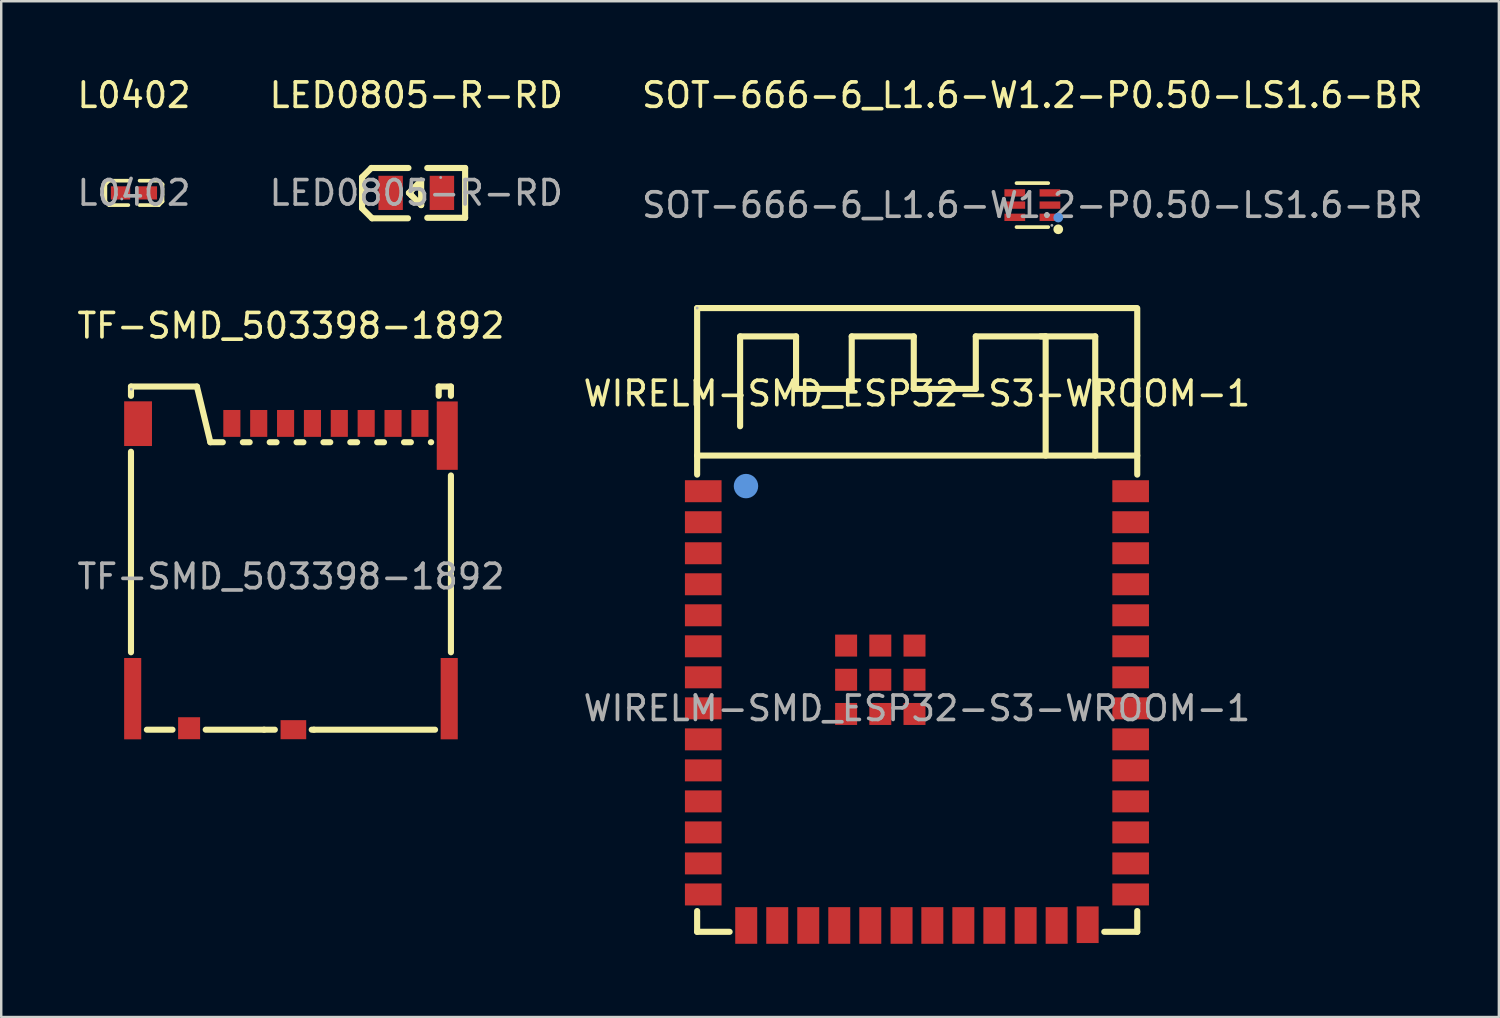
<source format=kicad_pcb>
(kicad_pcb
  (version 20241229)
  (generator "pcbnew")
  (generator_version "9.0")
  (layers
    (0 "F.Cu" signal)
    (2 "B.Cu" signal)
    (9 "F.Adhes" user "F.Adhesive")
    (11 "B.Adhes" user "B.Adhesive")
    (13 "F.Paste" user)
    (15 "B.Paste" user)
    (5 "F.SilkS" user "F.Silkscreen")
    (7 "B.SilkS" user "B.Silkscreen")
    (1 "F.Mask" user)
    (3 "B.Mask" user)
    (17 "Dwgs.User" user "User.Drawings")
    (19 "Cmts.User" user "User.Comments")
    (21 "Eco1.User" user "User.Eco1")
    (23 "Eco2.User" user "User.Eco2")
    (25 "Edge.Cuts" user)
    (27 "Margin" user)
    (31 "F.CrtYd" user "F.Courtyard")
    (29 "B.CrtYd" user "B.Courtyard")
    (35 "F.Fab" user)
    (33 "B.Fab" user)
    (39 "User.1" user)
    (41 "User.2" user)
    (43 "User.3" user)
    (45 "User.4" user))
  (footprint "L0402"
    (layer "F.Cu")
    (at 2.435 4.848)
    (property "Reference" "L0402" (at 0 -4 0) (layer "F.SilkS") (effects (font (size 1 1) (thickness 0.15))))
    (attr through_hole)
    (fp_line (start -1.17 -0.35) (end -1.02 -0.5) (stroke (width 0.15) (type solid)) (layer "F.SilkS"))
    (fp_line (start -1.17 0.35) (end -1.17 -0.35) (stroke (width 0.15) (type solid)) (layer "F.SilkS"))
    (fp_line (start -1.02 -0.5) (end -0.23 -0.5) (stroke (width 0.15) (type solid)) (layer "F.SilkS"))
    (fp_line (start -1.02 0.5) (end -1.17 0.35) (stroke (width 0.15) (type solid)) (layer "F.SilkS"))
    (fp_line (start -0.23 0.5) (end -1.02 0.5) (stroke (width 0.15) (type solid)) (layer "F.SilkS"))
    (fp_line (start 0.23 0.5) (end 1.02 0.5) (stroke (width 0.15) (type solid)) (layer "F.SilkS"))
    (fp_line (start 1.02 -0.5) (end 0.23 -0.5) (stroke (width 0.15) (type solid)) (layer "F.SilkS"))
    (fp_line (start 1.02 0.5) (end 1.17 0.35) (stroke (width 0.15) (type solid)) (layer "F.SilkS"))
    (fp_line (start 1.17 -0.35) (end 1.02 -0.5) (stroke (width 0.15) (type solid)) (layer "F.SilkS"))
    (fp_line (start 1.17 0.35) (end 1.17 -0.35) (stroke (width 0.15) (type solid)) (layer "F.SilkS"))
    (fp_circle (center -0.5 0.25) (end -0.47 0.25) (stroke (width 0.06) (type solid)) (fill no) (layer "F.Fab"))
    (fp_text user "${REFERENCE}" (at 0 0 0) (layer "F.Fab") (effects (font (size 1 1) (thickness 0.15))))
    (pad "1" smd rect (at -0.55 0) (size 0.79 0.54) (layers "F.Cu" "F.Mask" "F.Paste"))
    (pad "2" smd rect (at 0.55 0) (size 0.79 0.54) (layers "F.Cu" "F.Mask" "F.Paste")))
  (footprint "SOT-666-6_L1.6-W1.2-P0.50-LS1.6-BR"
    (layer "F.Cu")
    (at 39.22 5.348)
    (property "Reference" "SOT-666-6_L1.6-W1.2-P0.50-LS1.6-BR" (at 0 -4.5 0) (layer "F.SilkS") (effects (font (size 1 1) (thickness 0.15))))
    (attr smd)
    (fp_line (start 0.65 -0.9) (end -0.65 -0.9) (stroke (width 0.15) (type solid)) (layer "F.SilkS"))
    (fp_line (start 0.65 0.9) (end -0.65 0.9) (stroke (width 0.15) (type solid)) (layer "F.SilkS"))
    (fp_arc (start 1.06 0.99) (mid 1.06 0.99) (end 1.06 0.99) (stroke (width 0.2) (type solid)) (layer "F.SilkS"))
    (fp_circle (center 1.06 0.51) (end 1.16 0.51) (stroke (width 0.2) (type solid)) (fill no) (layer "Cmts.User"))
    (fp_circle (center 0.8 0.83) (end 0.83 0.83) (stroke (width 0.06) (type solid)) (fill no) (layer "F.Fab"))
    (fp_text user "${REFERENCE}" (at 0 0 0) (layer "F.Fab") (effects (font (size 1 1) (thickness 0.15))))
    (pad "1" smd rect (at 0.72 0.5 90) (size 0.3 0.85) (layers "F.Cu" "F.Mask" "F.Paste"))
    (pad "2" smd rect (at 0.72 0 90) (size 0.3 0.85) (layers "F.Cu" "F.Mask" "F.Paste"))
    (pad "3" smd rect (at 0.72 -0.5 90) (size 0.3 0.85) (layers "F.Cu" "F.Mask" "F.Paste"))
    (pad "4" smd rect (at -0.72 -0.5 90) (size 0.3 0.85) (layers "F.Cu" "F.Mask" "F.Paste"))
    (pad "5" smd rect (at -0.72 0 90) (size 0.3 0.85) (layers "F.Cu" "F.Mask" "F.Paste"))
    (pad "6" smd rect (at -0.72 0.5 90) (size 0.3 0.85) (layers "F.Cu" "F.Mask" "F.Paste")))
  (footprint "WIRELM-SMD_ESP32-S3-WROOM-1"
    (layer "F.Cu")
    (at 34.494 25.953)
    (property "Reference" "WIRELM-SMD_ESP32-S3-WROOM-1" (at 0 -12.89 0) (layer "F.SilkS") (effects (font (size 1 1) (thickness 0.15))))
    (attr smd)
    (fp_line (start -9 -16.39) (end -9 -9.57) (stroke (width 0.25) (type solid)) (layer "F.SilkS"))
    (fp_line (start -9 -10.35) (end 9.02 -10.35) (stroke (width 0.25) (type solid)) (layer "F.SilkS"))
    (fp_line (start -9 8.3) (end -9 9.15) (stroke (width 0.25) (type solid)) (layer "F.SilkS"))
    (fp_line (start -9 9.15) (end -7.67 9.15) (stroke (width 0.25) (type solid)) (layer "F.SilkS"))
    (fp_line (start -7.24 -15.23) (end -7.24 -11.55) (stroke (width 0.25) (type solid)) (layer "F.SilkS"))
    (fp_line (start -4.95 -15.23) (end -7.24 -15.23) (stroke (width 0.25) (type solid)) (layer "F.SilkS"))
    (fp_line (start -4.95 -13.08) (end -4.95 -15.23) (stroke (width 0.25) (type solid)) (layer "F.SilkS"))
    (fp_line (start -2.67 -15.23) (end -2.67 -13.08) (stroke (width 0.25) (type solid)) (layer "F.SilkS"))
    (fp_line (start -2.67 -13.08) (end -4.95 -13.08) (stroke (width 0.25) (type solid)) (layer "F.SilkS"))
    (fp_line (start -0.13 -15.23) (end -2.67 -15.23) (stroke (width 0.25) (type solid)) (layer "F.SilkS"))
    (fp_line (start -0.13 -13.08) (end -0.13 -15.23) (stroke (width 0.25) (type solid)) (layer "F.SilkS"))
    (fp_line (start 2.41 -15.23) (end 2.41 -13.08) (stroke (width 0.25) (type solid)) (layer "F.SilkS"))
    (fp_line (start 2.41 -13.08) (end -0.13 -13.08) (stroke (width 0.25) (type solid)) (layer "F.SilkS"))
    (fp_line (start 5.27 -15.23) (end 2.41 -15.23) (stroke (width 0.25) (type solid)) (layer "F.SilkS"))
    (fp_line (start 5.27 -10.35) (end 5.27 -15.23) (stroke (width 0.25) (type solid)) (layer "F.SilkS"))
    (fp_line (start 7.3 -15.23) (end 5.06 -15.23) (stroke (width 0.25) (type solid)) (layer "F.SilkS"))
    (fp_line (start 7.3 -10.35) (end 7.3 -15.23) (stroke (width 0.25) (type solid)) (layer "F.SilkS"))
    (fp_line (start 7.67 9.15) (end 9.02 9.15) (stroke (width 0.25) (type solid)) (layer "F.SilkS"))
    (fp_line (start 9 -16.39) (end -9 -16.39) (stroke (width 0.25) (type solid)) (layer "F.SilkS"))
    (fp_line (start 9.02 -9.57) (end 9.02 -16.38) (stroke (width 0.25) (type solid)) (layer "F.SilkS"))
    (fp_line (start 9.02 9.15) (end 9.02 8.3) (stroke (width 0.25) (type solid)) (layer "F.SilkS"))
    (fp_circle (center -7 -9.1) (end -6.75 -9.1) (stroke (width 0.5) (type solid)) (fill no) (layer "Cmts.User"))
    (fp_circle (center -9 -16.39) (end -8.97 -16.39) (stroke (width 0.06) (type solid)) (fill no) (layer "F.Fab"))
    (fp_text user "${REFERENCE}" (at 0 0 0) (layer "F.Fab") (effects (font (size 1 1) (thickness 0.15))))
    (pad "1" smd rect (at -8.75 -8.89) (size 1.5 0.9) (layers "F.Cu" "F.Mask" "F.Paste"))
    (pad "2" smd rect (at -8.75 -7.62) (size 1.5 0.9) (layers "F.Cu" "F.Mask" "F.Paste"))
    (pad "3" smd rect (at -8.75 -6.35) (size 1.5 0.9) (layers "F.Cu" "F.Mask" "F.Paste"))
    (pad "4" smd rect (at -8.75 -5.08) (size 1.5 0.9) (layers "F.Cu" "F.Mask" "F.Paste"))
    (pad "5" smd rect (at -8.75 -3.81) (size 1.5 0.9) (layers "F.Cu" "F.Mask" "F.Paste"))
    (pad "6" smd rect (at -8.75 -2.54) (size 1.5 0.9) (layers "F.Cu" "F.Mask" "F.Paste"))
    (pad "7" smd rect (at -8.75 -1.27) (size 1.5 0.9) (layers "F.Cu" "F.Mask" "F.Paste"))
    (pad "8" smd rect (at -8.75 0) (size 1.5 0.9) (layers "F.Cu" "F.Mask" "F.Paste"))
    (pad "9" smd rect (at -8.75 1.27) (size 1.5 0.9) (layers "F.Cu" "F.Mask" "F.Paste"))
    (pad "10" smd rect (at -8.75 2.54) (size 1.5 0.9) (layers "F.Cu" "F.Mask" "F.Paste"))
    (pad "11" smd rect (at -8.75 3.81) (size 1.5 0.9) (layers "F.Cu" "F.Mask" "F.Paste"))
    (pad "12" smd rect (at -8.75 5.08) (size 1.5 0.9) (layers "F.Cu" "F.Mask" "F.Paste"))
    (pad "13" smd rect (at -8.75 6.35) (size 1.5 0.9) (layers "F.Cu" "F.Mask" "F.Paste"))
    (pad "14" smd rect (at -8.75 7.62) (size 1.5 0.9) (layers "F.Cu" "F.Mask" "F.Paste"))
    (pad "15" smd rect (at -6.99 8.89 90) (size 1.5 0.9) (layers "F.Cu" "F.Mask" "F.Paste"))
    (pad "16" smd rect (at -5.72 8.89 90) (size 1.5 0.9) (layers "F.Cu" "F.Mask" "F.Paste"))
    (pad "17" smd rect (at -4.45 8.89 90) (size 1.5 0.9) (layers "F.Cu" "F.Mask" "F.Paste"))
    (pad "18" smd rect (at -3.18 8.89 90) (size 1.5 0.9) (layers "F.Cu" "F.Mask" "F.Paste"))
    (pad "19" smd rect (at -1.91 8.89 90) (size 1.5 0.9) (layers "F.Cu" "F.Mask" "F.Paste"))
    (pad "20" smd rect (at -0.63 8.89 90) (size 1.5 0.9) (layers "F.Cu" "F.Mask" "F.Paste"))
    (pad "21" smd rect (at 0.63 8.89 90) (size 1.5 0.9) (layers "F.Cu" "F.Mask" "F.Paste"))
    (pad "22" smd rect (at 1.9 8.89 90) (size 1.5 0.9) (layers "F.Cu" "F.Mask" "F.Paste"))
    (pad "23" smd rect (at 3.17 8.89 90) (size 1.5 0.9) (layers "F.Cu" "F.Mask" "F.Paste"))
    (pad "24" smd rect (at 4.45 8.89 90) (size 1.5 0.9) (layers "F.Cu" "F.Mask" "F.Paste"))
    (pad "25" smd rect (at 5.72 8.89 90) (size 1.5 0.9) (layers "F.Cu" "F.Mask" "F.Paste"))
    (pad "26" smd rect (at 6.99 8.86 90) (size 1.5 0.9) (layers "F.Cu" "F.Mask" "F.Paste"))
    (pad "27" smd rect (at 8.75 7.62 180) (size 1.5 0.9) (layers "F.Cu" "F.Mask" "F.Paste"))
    (pad "28" smd rect (at 8.75 6.35 180) (size 1.5 0.9) (layers "F.Cu" "F.Mask" "F.Paste"))
    (pad "29" smd rect (at 8.75 5.08 180) (size 1.5 0.9) (layers "F.Cu" "F.Mask" "F.Paste"))
    (pad "30" smd rect (at 8.75 3.81 180) (size 1.5 0.9) (layers "F.Cu" "F.Mask" "F.Paste"))
    (pad "31" smd rect (at 8.75 2.54 180) (size 1.5 0.9) (layers "F.Cu" "F.Mask" "F.Paste"))
    (pad "32" smd rect (at 8.75 1.27 180) (size 1.5 0.9) (layers "F.Cu" "F.Mask" "F.Paste"))
    (pad "33" smd rect (at 8.75 0 180) (size 1.5 0.9) (layers "F.Cu" "F.Mask" "F.Paste"))
    (pad "34" smd rect (at 8.75 -1.27 180) (size 1.5 0.9) (layers "F.Cu" "F.Mask" "F.Paste"))
    (pad "35" smd rect (at 8.75 -2.54 180) (size 1.5 0.9) (layers "F.Cu" "F.Mask" "F.Paste"))
    (pad "36" smd rect (at 8.75 -3.81 180) (size 1.5 0.9) (layers "F.Cu" "F.Mask" "F.Paste"))
    (pad "37" smd rect (at 8.75 -5.08 180) (size 1.5 0.9) (layers "F.Cu" "F.Mask" "F.Paste"))
    (pad "38" smd rect (at 8.75 -6.35 180) (size 1.5 0.9) (layers "F.Cu" "F.Mask" "F.Paste"))
    (pad "39" smd rect (at 8.75 -7.62 180) (size 1.5 0.9) (layers "F.Cu" "F.Mask" "F.Paste"))
    (pad "40" smd rect (at 8.75 -8.89 180) (size 1.5 0.9) (layers "F.Cu" "F.Mask" "F.Paste"))
    (pad "41" smd rect (at -2.9 -2.57 90) (size 0.9 0.9) (layers "F.Cu" "F.Mask" "F.Paste"))
    (pad "41" smd rect (at -2.9 -1.17 90) (size 0.9 0.9) (layers "F.Cu" "F.Mask" "F.Paste"))
    (pad "41" smd rect (at -2.9 0.23 90) (size 0.9 0.9) (layers "F.Cu" "F.Mask" "F.Paste"))
    (pad "41" smd rect (at -1.5 -2.57 90) (size 0.9 0.9) (layers "F.Cu" "F.Mask" "F.Paste"))
    (pad "41" smd rect (at -1.5 -1.17 90) (size 0.9 0.9) (layers "F.Cu" "F.Mask" "F.Paste"))
    (pad "41" smd rect (at -1.5 0.23 90) (size 0.9 0.9) (layers "F.Cu" "F.Mask" "F.Paste"))
    (pad "41" smd rect (at -0.1 -2.57 90) (size 0.9 0.9) (layers "F.Cu" "F.Mask" "F.Paste"))
    (pad "41" smd rect (at -0.1 -1.17 90) (size 0.9 0.9) (layers "F.Cu" "F.Mask" "F.Paste"))
    (pad "41" smd rect (at -0.1 0.23 90) (size 0.9 0.9) (layers "F.Cu" "F.Mask" "F.Paste")))
  (footprint "TF-SMD_503398-1892"
    (layer "F.Cu")
    (at 8.863 20.557)
    (property "Reference" "TF-SMD_503398-1892" (at 0 -10.27 0) (layer "F.SilkS") (effects (font (size 1 1) (thickness 0.15))))
    (attr smd)
    (fp_line (start -6.55 -7.78) (end -6.55 -7.4) (stroke (width 0.25) (type solid)) (layer "F.SilkS"))
    (fp_line (start -6.55 -7.78) (end -3.85 -7.78) (stroke (width 0.25) (type solid)) (layer "F.SilkS"))
    (fp_line (start -6.55 -5.11) (end -6.55 3.1) (stroke (width 0.25) (type solid)) (layer "F.SilkS"))
    (fp_line (start -4.85 6.27) (end -5.9 6.27) (stroke (width 0.25) (type solid)) (layer "F.SilkS"))
    (fp_line (start -3.85 -7.78) (end -3.3 -5.5) (stroke (width 0.25) (type solid)) (layer "F.SilkS"))
    (fp_line (start -3.3 -5.5) (end -2.79 -5.5) (stroke (width 0.25) (type solid)) (layer "F.SilkS"))
    (fp_line (start -1.97 -5.5) (end -1.69 -5.5) (stroke (width 0.25) (type solid)) (layer "F.SilkS"))
    (fp_line (start -1.1 6.27) (end -3.49 6.27) (stroke (width 0.25) (type solid)) (layer "F.SilkS"))
    (fp_line (start -0.87 -5.5) (end -0.59 -5.5) (stroke (width 0.25) (type solid)) (layer "F.SilkS"))
    (fp_line (start -0.66 6.27) (end -1.1 6.27) (stroke (width 0.25) (type solid)) (layer "F.SilkS"))
    (fp_line (start 0.23 -5.5) (end 0.51 -5.5) (stroke (width 0.25) (type solid)) (layer "F.SilkS"))
    (fp_line (start 0.94 6.27) (end 0.85 6.27) (stroke (width 0.25) (type solid)) (layer "F.SilkS"))
    (fp_line (start 0.94 6.27) (end 5.9 6.27) (stroke (width 0.25) (type solid)) (layer "F.SilkS"))
    (fp_line (start 1.33 -5.5) (end 1.61 -5.5) (stroke (width 0.25) (type solid)) (layer "F.SilkS"))
    (fp_line (start 2.43 -5.5) (end 2.71 -5.5) (stroke (width 0.25) (type solid)) (layer "F.SilkS"))
    (fp_line (start 3.53 -5.5) (end 3.81 -5.5) (stroke (width 0.25) (type solid)) (layer "F.SilkS"))
    (fp_line (start 4.63 -5.5) (end 4.91 -5.5) (stroke (width 0.25) (type solid)) (layer "F.SilkS"))
    (fp_line (start 5.73 -5.5) (end 5.74 -5.5) (stroke (width 0.25) (type solid)) (layer "F.SilkS"))
    (fp_line (start 6.05 -7.78) (end 6.05 -7.4) (stroke (width 0.25) (type solid)) (layer "F.SilkS"))
    (fp_line (start 6.55 -7.78) (end 6.05 -7.78) (stroke (width 0.25) (type solid)) (layer "F.SilkS"))
    (fp_line (start 6.55 -7.78) (end 6.55 -7.4) (stroke (width 0.25) (type solid)) (layer "F.SilkS"))
    (fp_line (start 6.55 -4.14) (end 6.55 3.1) (stroke (width 0.25) (type solid)) (layer "F.SilkS"))
    (fp_circle (center -6.54 -7.67) (end -6.51 -7.67) (stroke (width 0.06) (type solid)) (fill no) (layer "F.Fab"))
    (fp_text user "${REFERENCE}" (at 0 0 0) (layer "F.Fab") (effects (font (size 1 1) (thickness 0.15))))
    (pad "1" smd rect (at -2.42 -6.27) (size 0.7 1.1) (layers "F.Cu" "F.Mask" "F.Paste"))
    (pad "2" smd rect (at -1.32 -6.27) (size 0.7 1.1) (layers "F.Cu" "F.Mask" "F.Paste"))
    (pad "3" smd rect (at -0.22 -6.27) (size 0.7 1.1) (layers "F.Cu" "F.Mask" "F.Paste"))
    (pad "4" smd rect (at 0.88 -6.27) (size 0.7 1.1) (layers "F.Cu" "F.Mask" "F.Paste"))
    (pad "5" smd rect (at 1.98 -6.27) (size 0.7 1.1) (layers "F.Cu" "F.Mask" "F.Paste"))
    (pad "6" smd rect (at 3.08 -6.27) (size 0.7 1.1) (layers "F.Cu" "F.Mask" "F.Paste"))
    (pad "7" smd rect (at 4.18 -6.27) (size 0.7 1.1) (layers "F.Cu" "F.Mask" "F.Paste"))
    (pad "8" smd rect (at 5.28 -6.27) (size 0.7 1.1) (layers "F.Cu" "F.Mask" "F.Paste"))
    (pad "9" smd rect (at 0.1 6.27) (size 1.05 0.78) (layers "F.Cu" "F.Mask" "F.Paste"))
    (pad "10" smd rect (at -4.17 6.21) (size 0.9 0.9) (layers "F.Cu" "F.Mask" "F.Paste"))
    (pad "11" smd rect (at -6.48 5) (size 0.7 3.33) (layers "F.Cu" "F.Mask" "F.Paste"))
    (pad "11" smd rect (at -6.26 -6.26) (size 1.14 1.83) (layers "F.Cu" "F.Mask" "F.Paste"))
    (pad "11" smd rect (at 6.4 -5.77) (size 0.86 2.8) (layers "F.Cu" "F.Mask" "F.Paste"))
    (pad "11" smd rect (at 6.48 5) (size 0.7 3.33) (layers "F.Cu" "F.Mask" "F.Paste")))
  (footprint "LED0805-R-RD"
    (layer "F.Cu")
    (at 13.994 4.848)
    (property "Reference" "LED0805-R-RD" (at 0 -4 0) (layer "F.SilkS") (effects (font (size 1 1) (thickness 0.15))))
    (attr smd)
    (fp_line (start -2.22 -0.64) (end -1.84 -1.02) (stroke (width 0.25) (type solid)) (layer "F.SilkS"))
    (fp_line (start -2.22 0.63) (end -2.22 -0.64) (stroke (width 0.25) (type solid)) (layer "F.SilkS"))
    (fp_line (start -1.84 -1.02) (end -0.32 -1.02) (stroke (width 0.25) (type solid)) (layer "F.SilkS"))
    (fp_line (start -1.81 1.04) (end -2.22 0.63) (stroke (width 0.25) (type solid)) (layer "F.SilkS"))
    (fp_line (start -0.34 1.04) (end -1.81 1.04) (stroke (width 0.25) (type solid)) (layer "F.SilkS"))
    (fp_line (start -0.3 0) (end -0.2 0.1) (stroke (width 0.25) (type solid)) (layer "F.SilkS"))
    (fp_line (start -0.2 -0.1) (end -0.3 0) (stroke (width 0.25) (type solid)) (layer "F.SilkS"))
    (fp_line (start -0.2 0.1) (end 0.2 0.5) (stroke (width 0.25) (type solid)) (layer "F.SilkS"))
    (fp_line (start 0.2 -0.5) (end -0.2 -0.1) (stroke (width 0.25) (type solid)) (layer "F.SilkS"))
    (fp_line (start 0.2 -0.5) (end 0.2 0.5) (stroke (width 0.25) (type solid)) (layer "F.SilkS"))
    (fp_line (start 0.45 1.02) (end 2 1.02) (stroke (width 0.25) (type solid)) (layer "F.SilkS"))
    (fp_line (start 2 -1.02) (end 0.45 -1.02) (stroke (width 0.25) (type solid)) (layer "F.SilkS"))
    (fp_line (start 2 1.02) (end 2 -1.02) (stroke (width 0.25) (type solid)) (layer "F.SilkS"))
    (fp_circle (center 1 -0.63) (end 1.03 -0.63) (stroke (width 0.06) (type solid)) (fill no) (layer "F.Fab"))
    (fp_text user "${REFERENCE}" (at 0 0 0) (layer "F.Fab") (effects (font (size 1 1) (thickness 0.15))))
    (pad "1" smd rect (at 1.05 0 180) (size 1 1.4) (layers "F.Cu" "F.Mask" "F.Paste"))
    (pad "2" smd rect (at -1.05 0 180) (size 1 1.4) (layers "F.Cu" "F.Mask" "F.Paste")))
  (gr_rect
    (start -3 -3)
    (end 58.321 38.593)
    (stroke (width 0.1) (type default))
    (fill no)
    (layer "Edge.Cuts")))
</source>
